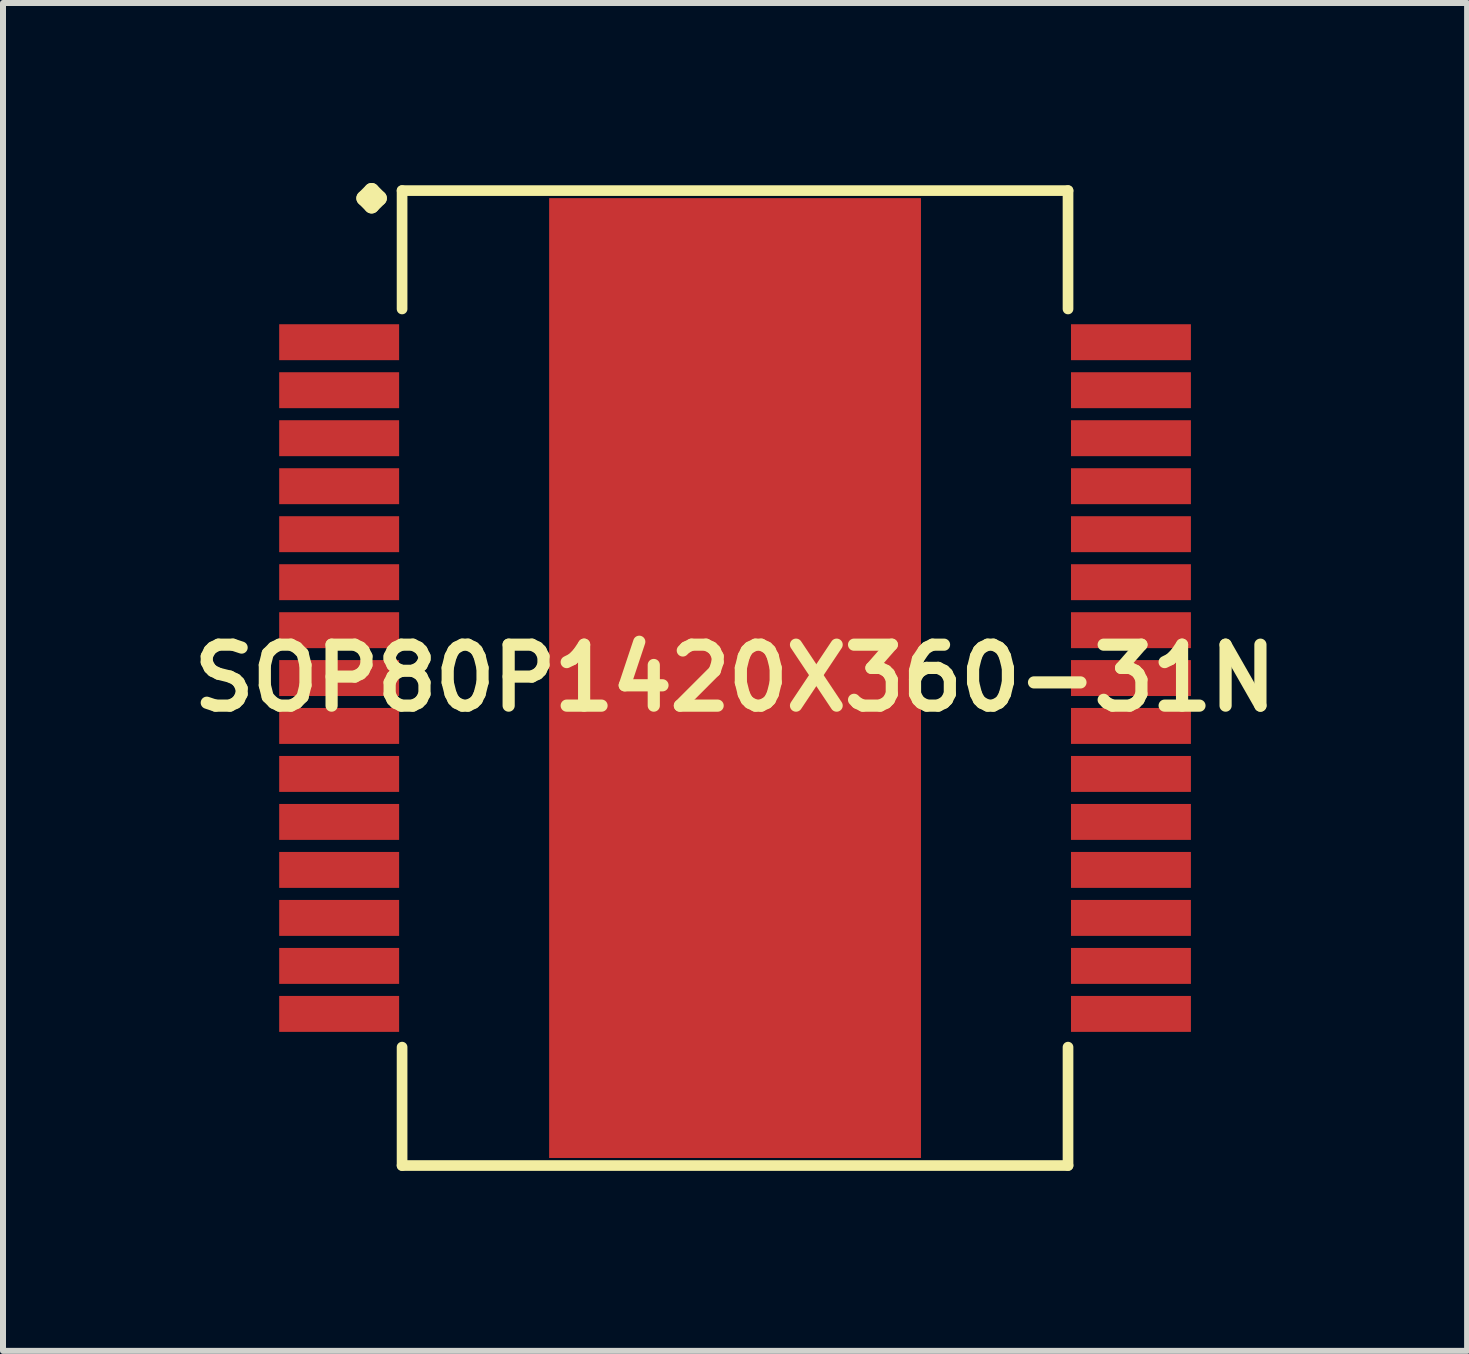
<source format=kicad_pcb>
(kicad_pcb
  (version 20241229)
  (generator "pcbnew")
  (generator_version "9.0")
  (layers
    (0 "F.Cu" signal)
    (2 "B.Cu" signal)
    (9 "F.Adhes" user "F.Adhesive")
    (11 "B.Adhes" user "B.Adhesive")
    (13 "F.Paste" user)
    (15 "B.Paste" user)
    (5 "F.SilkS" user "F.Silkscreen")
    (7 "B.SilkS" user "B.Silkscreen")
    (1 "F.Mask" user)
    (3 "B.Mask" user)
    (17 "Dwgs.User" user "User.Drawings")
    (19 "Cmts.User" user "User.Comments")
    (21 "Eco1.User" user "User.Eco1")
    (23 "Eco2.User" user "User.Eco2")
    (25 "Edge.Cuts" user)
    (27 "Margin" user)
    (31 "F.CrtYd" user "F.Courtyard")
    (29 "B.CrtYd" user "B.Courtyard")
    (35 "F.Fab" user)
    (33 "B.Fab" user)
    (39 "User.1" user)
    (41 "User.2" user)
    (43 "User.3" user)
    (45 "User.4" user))
  (footprint "SOP80P1420X360-31N"
    (layer "F.Cu")
    (at 9.202 8.252)
    (property "Reference" "SOP80P1420X360-31N" (at 0 0 0) (layer "F.SilkS") (effects (font (size 1.016 1.016) (thickness 0.203))))
    (attr smd)
    (fp_line (start -6.185 -7.998) (end -6.058 -8.125) (stroke (width 0.254) (type solid)) (layer "F.SilkS"))
    (fp_line (start -6.058 -8.125) (end -5.931 -7.998) (stroke (width 0.254) (type solid)) (layer "F.SilkS"))
    (fp_line (start -6.058 -7.871) (end -6.185 -7.998) (stroke (width 0.254) (type solid)) (layer "F.SilkS"))
    (fp_line (start -5.931 -7.998) (end -6.058 -7.871) (stroke (width 0.254) (type solid)) (layer "F.SilkS"))
    (fp_line (start -5.55 -8.125) (end 5.55 -8.125) (stroke (width 0.178) (type solid)) (layer "F.SilkS"))
    (fp_line (start -5.55 -6.152) (end -5.55 -8.125) (stroke (width 0.178) (type solid)) (layer "F.SilkS"))
    (fp_line (start -5.55 6.152) (end -5.55 8.125) (stroke (width 0.178) (type solid)) (layer "F.SilkS"))
    (fp_line (start -5.55 8.125) (end 5.55 8.125) (stroke (width 0.178) (type solid)) (layer "F.SilkS"))
    (fp_line (start 5.55 -8.125) (end 5.55 -6.152) (stroke (width 0.178) (type solid)) (layer "F.SilkS"))
    (fp_line (start 5.55 8.125) (end 5.55 6.152) (stroke (width 0.178) (type solid)) (layer "F.SilkS"))
    (pad "1" smd rect (at -6.599 -5.598) (size 1.999 0.599) (layers "F.Cu" "F.Mask" "F.Paste"))
    (pad "2" smd rect (at -6.599 -4.798) (size 1.999 0.599) (layers "F.Cu" "F.Mask" "F.Paste"))
    (pad "3" smd rect (at -6.599 -3.998) (size 1.999 0.599) (layers "F.Cu" "F.Mask" "F.Paste"))
    (pad "4" smd rect (at -6.599 -3.198) (size 1.999 0.599) (layers "F.Cu" "F.Mask" "F.Paste"))
    (pad "5" smd rect (at -6.599 -2.398) (size 1.999 0.599) (layers "F.Cu" "F.Mask" "F.Paste"))
    (pad "6" smd rect (at -6.599 -1.598) (size 1.999 0.599) (layers "F.Cu" "F.Mask" "F.Paste"))
    (pad "7" smd rect (at -6.599 -0.798) (size 1.999 0.599) (layers "F.Cu" "F.Mask" "F.Paste"))
    (pad "8" smd rect (at -6.599 0) (size 1.999 0.599) (layers "F.Cu" "F.Mask" "F.Paste"))
    (pad "9" smd rect (at -6.599 0.798) (size 1.999 0.599) (layers "F.Cu" "F.Mask" "F.Paste"))
    (pad "10" smd rect (at -6.599 1.598) (size 1.999 0.599) (layers "F.Cu" "F.Mask" "F.Paste"))
    (pad "11" smd rect (at -6.599 2.398) (size 1.999 0.599) (layers "F.Cu" "F.Mask" "F.Paste"))
    (pad "12" smd rect (at -6.599 3.198) (size 1.999 0.599) (layers "F.Cu" "F.Mask" "F.Paste"))
    (pad "13" smd rect (at -6.599 3.998) (size 1.999 0.599) (layers "F.Cu" "F.Mask" "F.Paste"))
    (pad "14" smd rect (at -6.599 4.798) (size 1.999 0.599) (layers "F.Cu" "F.Mask" "F.Paste"))
    (pad "15" smd rect (at -6.599 5.598) (size 1.999 0.599) (layers "F.Cu" "F.Mask" "F.Paste"))
    (pad "16" smd rect (at 6.599 5.598) (size 1.999 0.599) (layers "F.Cu" "F.Mask" "F.Paste"))
    (pad "17" smd rect (at 6.599 4.798) (size 1.999 0.599) (layers "F.Cu" "F.Mask" "F.Paste"))
    (pad "18" smd rect (at 6.599 3.998) (size 1.999 0.599) (layers "F.Cu" "F.Mask" "F.Paste"))
    (pad "19" smd rect (at 6.599 3.198) (size 1.999 0.599) (layers "F.Cu" "F.Mask" "F.Paste"))
    (pad "20" smd rect (at 6.599 2.398) (size 1.999 0.599) (layers "F.Cu" "F.Mask" "F.Paste"))
    (pad "21" smd rect (at 6.599 1.598) (size 1.999 0.599) (layers "F.Cu" "F.Mask" "F.Paste"))
    (pad "22" smd rect (at 6.599 0.798) (size 1.999 0.599) (layers "F.Cu" "F.Mask" "F.Paste"))
    (pad "23" smd rect (at 6.599 0) (size 1.999 0.599) (layers "F.Cu" "F.Mask" "F.Paste"))
    (pad "24" smd rect (at 6.599 -0.798) (size 1.999 0.599) (layers "F.Cu" "F.Mask" "F.Paste"))
    (pad "25" smd rect (at 6.599 -1.598) (size 1.999 0.599) (layers "F.Cu" "F.Mask" "F.Paste"))
    (pad "26" smd rect (at 6.599 -2.398) (size 1.999 0.599) (layers "F.Cu" "F.Mask" "F.Paste"))
    (pad "27" smd rect (at 6.599 -3.198) (size 1.999 0.599) (layers "F.Cu" "F.Mask" "F.Paste"))
    (pad "28" smd rect (at 6.599 -3.998) (size 1.999 0.599) (layers "F.Cu" "F.Mask" "F.Paste"))
    (pad "29" smd rect (at 6.599 -4.798) (size 1.999 0.599) (layers "F.Cu" "F.Mask" "F.Paste"))
    (pad "30" smd rect (at 6.599 -5.598) (size 1.999 0.599) (layers "F.Cu" "F.Mask" "F.Paste"))
    (pad "31" smd rect (at 0 0) (size 6.198 15.999) (layers "F.Cu" "F.Mask" "F.Paste")))
  (gr_rect
    (start -3 -3)
    (end 21.404 19.467)
    (stroke (width 0.1) (type default))
    (fill no)
    (layer "Edge.Cuts")))
</source>
